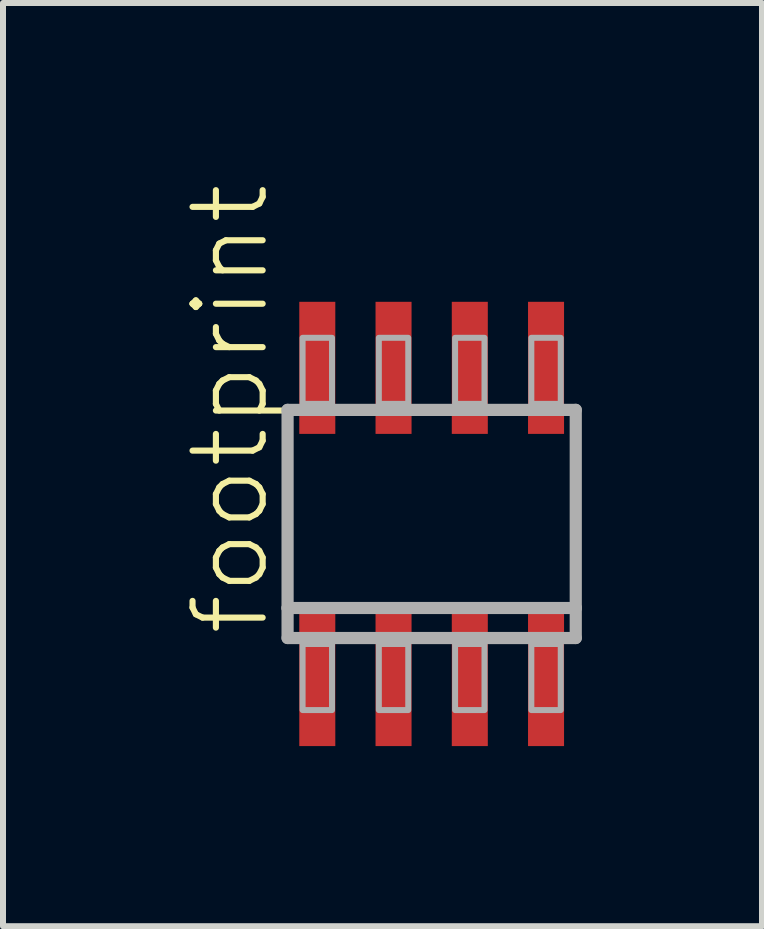
<source format=kicad_pcb>
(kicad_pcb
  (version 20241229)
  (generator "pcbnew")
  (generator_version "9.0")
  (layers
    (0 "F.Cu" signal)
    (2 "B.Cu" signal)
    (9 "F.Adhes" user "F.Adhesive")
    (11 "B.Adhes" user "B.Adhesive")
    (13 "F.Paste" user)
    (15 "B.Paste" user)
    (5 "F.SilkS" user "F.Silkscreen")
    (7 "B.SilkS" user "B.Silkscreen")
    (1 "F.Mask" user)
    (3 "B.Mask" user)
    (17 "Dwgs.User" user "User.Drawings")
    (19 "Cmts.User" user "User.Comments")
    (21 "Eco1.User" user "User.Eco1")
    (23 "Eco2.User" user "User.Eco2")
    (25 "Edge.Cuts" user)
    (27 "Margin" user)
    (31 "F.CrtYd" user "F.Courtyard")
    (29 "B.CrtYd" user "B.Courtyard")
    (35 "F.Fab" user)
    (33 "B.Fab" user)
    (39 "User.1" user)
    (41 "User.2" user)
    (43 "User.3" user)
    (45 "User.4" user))
  (footprint "footprint"
    (layer "F.Cu")
    (at 4.14 5.677)
    (property "Reference" "footprint" (at -2.667 1.905 90) (layer "F.SilkS") (effects (font (size 1.168 1.168) (thickness 0.102)) (justify left bottom)))
    (fp_line (start -2.4 -1.9) (end 2.4 -1.9) (stroke (width 0.203) (type solid)) (layer "F.Fab"))
    (fp_line (start -2.4 1.4) (end -2.4 -1.9) (stroke (width 0.203) (type solid)) (layer "F.Fab"))
    (fp_line (start -2.4 1.9) (end -2.4 1.4) (stroke (width 0.203) (type solid)) (layer "F.Fab"))
    (fp_line (start 2.4 -1.9) (end 2.4 1.4) (stroke (width 0.203) (type solid)) (layer "F.Fab"))
    (fp_line (start 2.4 1.4) (end -2.4 1.4) (stroke (width 0.203) (type solid)) (layer "F.Fab"))
    (fp_line (start 2.4 1.4) (end 2.4 1.9) (stroke (width 0.203) (type solid)) (layer "F.Fab"))
    (fp_line (start 2.4 1.9) (end -2.4 1.9) (stroke (width 0.203) (type solid)) (layer "F.Fab"))
    (fp_poly (pts (xy -2.15 -2) (xy -1.66 -2) (xy -1.66 -3.1) (xy -2.15 -3.1)) (stroke (width 0.1) (type solid)) (fill no) (layer "F.Fab"))
    (fp_poly (pts (xy -2.15 3.1) (xy -1.66 3.1) (xy -1.66 2) (xy -2.15 2)) (stroke (width 0.1) (type solid)) (fill no) (layer "F.Fab"))
    (fp_poly (pts (xy -0.88 -2) (xy -0.39 -2) (xy -0.39 -3.1) (xy -0.88 -3.1)) (stroke (width 0.1) (type solid)) (fill no) (layer "F.Fab"))
    (fp_poly (pts (xy -0.88 3.1) (xy -0.39 3.1) (xy -0.39 2) (xy -0.88 2)) (stroke (width 0.1) (type solid)) (fill no) (layer "F.Fab"))
    (fp_poly (pts (xy 0.39 -2) (xy 0.88 -2) (xy 0.88 -3.1) (xy 0.39 -3.1)) (stroke (width 0.1) (type solid)) (fill no) (layer "F.Fab"))
    (fp_poly (pts (xy 0.39 3.1) (xy 0.88 3.1) (xy 0.88 2) (xy 0.39 2)) (stroke (width 0.1) (type solid)) (fill no) (layer "F.Fab"))
    (fp_poly (pts (xy 1.66 -2) (xy 2.15 -2) (xy 2.15 -3.1) (xy 1.66 -3.1)) (stroke (width 0.1) (type solid)) (fill no) (layer "F.Fab"))
    (fp_poly (pts (xy 1.66 3.1) (xy 2.15 3.1) (xy 2.15 2) (xy 1.66 2)) (stroke (width 0.1) (type solid)) (fill no) (layer "F.Fab"))
    (pad "1" smd rect (at -1.905 2.6) (size 0.6 2.2) (layers "F.Cu" "F.Mask" "F.Paste"))
    (pad "2" smd rect (at -0.635 2.6) (size 0.6 2.2) (layers "F.Cu" "F.Mask" "F.Paste"))
    (pad "3" smd rect (at 0.635 2.6) (size 0.6 2.2) (layers "F.Cu" "F.Mask" "F.Paste"))
    (pad "4" smd rect (at 1.905 2.6) (size 0.6 2.2) (layers "F.Cu" "F.Mask" "F.Paste"))
    (pad "5" smd rect (at 1.905 -2.6) (size 0.6 2.2) (layers "F.Cu" "F.Mask" "F.Paste"))
    (pad "6" smd rect (at 0.635 -2.6) (size 0.6 2.2) (layers "F.Cu" "F.Mask" "F.Paste"))
    (pad "7" smd rect (at -0.635 -2.6) (size 0.6 2.2) (layers "F.Cu" "F.Mask" "F.Paste"))
    (pad "8" smd rect (at -1.905 -2.6) (size 0.6 2.2) (layers "F.Cu" "F.Mask" "F.Paste")))
  (gr_rect
    (start -3 -3)
    (end 9.642 12.377)
    (stroke (width 0.1) (type default))
    (fill no)
    (layer "Edge.Cuts")))
</source>
